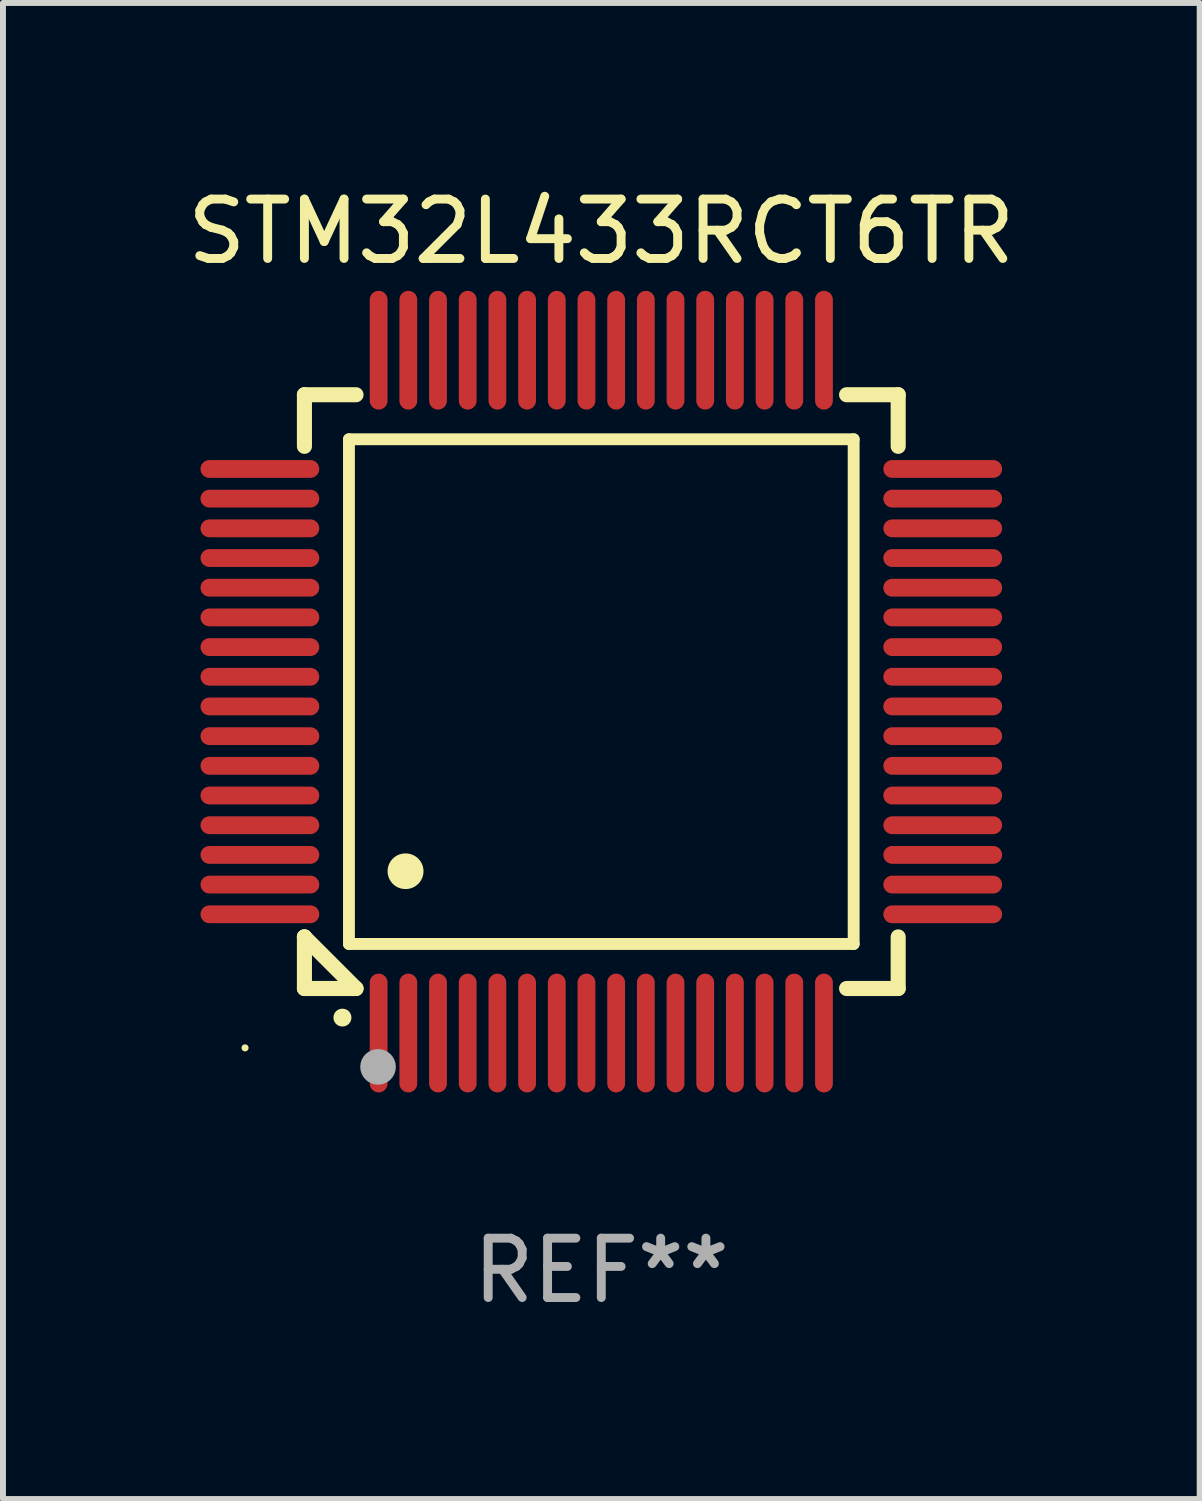
<source format=kicad_pcb>
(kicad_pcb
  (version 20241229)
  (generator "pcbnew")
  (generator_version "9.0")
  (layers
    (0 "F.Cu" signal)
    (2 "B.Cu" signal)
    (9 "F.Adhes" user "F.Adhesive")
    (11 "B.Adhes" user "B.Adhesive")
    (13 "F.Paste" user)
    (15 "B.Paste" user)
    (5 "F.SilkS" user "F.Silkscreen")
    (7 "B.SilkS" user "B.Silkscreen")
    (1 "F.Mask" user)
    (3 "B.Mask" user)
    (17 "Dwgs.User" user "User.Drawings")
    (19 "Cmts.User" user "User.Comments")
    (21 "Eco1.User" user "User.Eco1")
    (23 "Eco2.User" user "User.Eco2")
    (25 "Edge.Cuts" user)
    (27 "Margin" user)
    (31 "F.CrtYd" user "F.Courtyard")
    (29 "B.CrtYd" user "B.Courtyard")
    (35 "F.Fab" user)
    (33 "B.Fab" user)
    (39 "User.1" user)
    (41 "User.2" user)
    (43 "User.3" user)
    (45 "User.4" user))
  (footprint "STM32L433RCT6TR"
    (layer "F.Cu")
    (at 7.077 8.598)
    (property "Reference" "STM32L433RCT6TR" (at 0 -7.75 0) (layer "F.SilkS") (effects (font (size 1 1) (thickness 0.15))))
    (attr through_hole)
    (fp_line (start -5 -5) (end -4.131 -5) (stroke (width 0.254) (type solid)) (layer "F.SilkS"))
    (fp_line (start -5 -4.131) (end -5 -5) (stroke (width 0.254) (type solid)) (layer "F.SilkS"))
    (fp_line (start -5 4.131) (end -5 4.131) (stroke (width 0.254) (type solid)) (layer "F.SilkS"))
    (fp_line (start -5 5) (end -5 4.131) (stroke (width 0.254) (type solid)) (layer "F.SilkS"))
    (fp_line (start -5 4.131) (end -4.131 5) (stroke (width 0.254) (type solid)) (layer "F.SilkS"))
    (fp_line (start -4.25 -4.25) (end -4.25 4.25) (stroke (width 0.2) (type solid)) (layer "F.SilkS"))
    (fp_line (start -4.25 4.25) (end 4.25 4.25) (stroke (width 0.2) (type solid)) (layer "F.SilkS"))
    (fp_line (start -4.131 5) (end -5 5) (stroke (width 0.254) (type solid)) (layer "F.SilkS"))
    (fp_line (start 4.25 -4.25) (end -4.25 -4.25) (stroke (width 0.2) (type solid)) (layer "F.SilkS"))
    (fp_line (start 4.25 4.25) (end 4.25 -4.25) (stroke (width 0.2) (type solid)) (layer "F.SilkS"))
    (fp_line (start 5 -5) (end 4.131 -5) (stroke (width 0.254) (type solid)) (layer "F.SilkS"))
    (fp_line (start 5 -5) (end 5 -4.131) (stroke (width 0.254) (type solid)) (layer "F.SilkS"))
    (fp_line (start 5 4.131) (end 5 5) (stroke (width 0.254) (type solid)) (layer "F.SilkS"))
    (fp_line (start 5 5) (end 4.131 5) (stroke (width 0.254) (type solid)) (layer "F.SilkS"))
    (fp_arc (start -4.361265 5.489992) (mid -4.359995 5.489987) (end -4.358725 5.489992) (stroke (width 0.3) (type solid)) (layer "F.SilkS"))
    (fp_arc (start -3.299467 3.025146) (mid -3.296927 3.025135) (end -3.294387 3.025146) (stroke (width 0.6) (type solid)) (layer "F.SilkS"))
    (fp_circle (center -6 6) (end -5.97 6) (stroke (width 0.06) (type solid)) (fill no) (layer "F.SilkS"))
    (fp_circle (center -3.76 6.32) (end -3.61 6.32) (stroke (width 0.3) (type solid)) (fill no) (layer "F.Fab"))
    (fp_text user "REF**" (at 0 9.75 0) (layer "F.Fab") (effects (font (size 1 1) (thickness 0.15))))
    (pad "1" smd oval (at -3.75 5.75) (size 0.3 2) (layers "F.Cu" "F.Mask" "F.Paste"))
    (pad "2" smd oval (at -3.25 5.75) (size 0.3 2) (layers "F.Cu" "F.Mask" "F.Paste"))
    (pad "3" smd oval (at -2.75 5.75) (size 0.3 2) (layers "F.Cu" "F.Mask" "F.Paste"))
    (pad "4" smd oval (at -2.25 5.75) (size 0.3 2) (layers "F.Cu" "F.Mask" "F.Paste"))
    (pad "5" smd oval (at -1.75 5.75) (size 0.3 2) (layers "F.Cu" "F.Mask" "F.Paste"))
    (pad "6" smd oval (at -1.25 5.75) (size 0.3 2) (layers "F.Cu" "F.Mask" "F.Paste"))
    (pad "7" smd oval (at -0.75 5.75) (size 0.3 2) (layers "F.Cu" "F.Mask" "F.Paste"))
    (pad "8" smd oval (at -0.25 5.75) (size 0.3 2) (layers "F.Cu" "F.Mask" "F.Paste"))
    (pad "9" smd oval (at 0.25 5.75) (size 0.3 2) (layers "F.Cu" "F.Mask" "F.Paste"))
    (pad "10" smd oval (at 0.75 5.75) (size 0.3 2) (layers "F.Cu" "F.Mask" "F.Paste"))
    (pad "11" smd oval (at 1.25 5.75) (size 0.3 2) (layers "F.Cu" "F.Mask" "F.Paste"))
    (pad "12" smd oval (at 1.75 5.75) (size 0.3 2) (layers "F.Cu" "F.Mask" "F.Paste"))
    (pad "13" smd oval (at 2.25 5.75) (size 0.3 2) (layers "F.Cu" "F.Mask" "F.Paste"))
    (pad "14" smd oval (at 2.75 5.75) (size 0.3 2) (layers "F.Cu" "F.Mask" "F.Paste"))
    (pad "15" smd oval (at 3.25 5.75) (size 0.3 2) (layers "F.Cu" "F.Mask" "F.Paste"))
    (pad "16" smd oval (at 3.75 5.75) (size 0.3 2) (layers "F.Cu" "F.Mask" "F.Paste"))
    (pad "17" smd oval (at 5.75 3.75) (size 2 0.3) (layers "F.Cu" "F.Mask" "F.Paste"))
    (pad "18" smd oval (at 5.75 3.25) (size 2 0.3) (layers "F.Cu" "F.Mask" "F.Paste"))
    (pad "19" smd oval (at 5.75 2.75) (size 2 0.3) (layers "F.Cu" "F.Mask" "F.Paste"))
    (pad "20" smd oval (at 5.75 2.25) (size 2 0.3) (layers "F.Cu" "F.Mask" "F.Paste"))
    (pad "21" smd oval (at 5.75 1.75) (size 2 0.3) (layers "F.Cu" "F.Mask" "F.Paste"))
    (pad "22" smd oval (at 5.75 1.25) (size 2 0.3) (layers "F.Cu" "F.Mask" "F.Paste"))
    (pad "23" smd oval (at 5.75 0.75) (size 2 0.3) (layers "F.Cu" "F.Mask" "F.Paste"))
    (pad "24" smd oval (at 5.75 0.25) (size 2 0.3) (layers "F.Cu" "F.Mask" "F.Paste"))
    (pad "25" smd oval (at 5.75 -0.25) (size 2 0.3) (layers "F.Cu" "F.Mask" "F.Paste"))
    (pad "26" smd oval (at 5.75 -0.75) (size 2 0.3) (layers "F.Cu" "F.Mask" "F.Paste"))
    (pad "27" smd oval (at 5.75 -1.25) (size 2 0.3) (layers "F.Cu" "F.Mask" "F.Paste"))
    (pad "28" smd oval (at 5.75 -1.75) (size 2 0.3) (layers "F.Cu" "F.Mask" "F.Paste"))
    (pad "29" smd oval (at 5.75 -2.25) (size 2 0.3) (layers "F.Cu" "F.Mask" "F.Paste"))
    (pad "30" smd oval (at 5.75 -2.75) (size 2 0.3) (layers "F.Cu" "F.Mask" "F.Paste"))
    (pad "31" smd oval (at 5.75 -3.25) (size 2 0.3) (layers "F.Cu" "F.Mask" "F.Paste"))
    (pad "32" smd oval (at 5.75 -3.75) (size 2 0.3) (layers "F.Cu" "F.Mask" "F.Paste"))
    (pad "33" smd oval (at 3.75 -5.75) (size 0.3 2) (layers "F.Cu" "F.Mask" "F.Paste"))
    (pad "34" smd oval (at 3.25 -5.75) (size 0.3 2) (layers "F.Cu" "F.Mask" "F.Paste"))
    (pad "35" smd oval (at 2.75 -5.75) (size 0.3 2) (layers "F.Cu" "F.Mask" "F.Paste"))
    (pad "36" smd oval (at 2.25 -5.75) (size 0.3 2) (layers "F.Cu" "F.Mask" "F.Paste"))
    (pad "37" smd oval (at 1.75 -5.75) (size 0.3 2) (layers "F.Cu" "F.Mask" "F.Paste"))
    (pad "38" smd oval (at 1.25 -5.75) (size 0.3 2) (layers "F.Cu" "F.Mask" "F.Paste"))
    (pad "39" smd oval (at 0.75 -5.75) (size 0.3 2) (layers "F.Cu" "F.Mask" "F.Paste"))
    (pad "40" smd oval (at 0.25 -5.75) (size 0.3 2) (layers "F.Cu" "F.Mask" "F.Paste"))
    (pad "41" smd oval (at -0.25 -5.75) (size 0.3 2) (layers "F.Cu" "F.Mask" "F.Paste"))
    (pad "42" smd oval (at -0.75 -5.75) (size 0.3 2) (layers "F.Cu" "F.Mask" "F.Paste"))
    (pad "43" smd oval (at -1.25 -5.75) (size 0.3 2) (layers "F.Cu" "F.Mask" "F.Paste"))
    (pad "44" smd oval (at -1.75 -5.75) (size 0.3 2) (layers "F.Cu" "F.Mask" "F.Paste"))
    (pad "45" smd oval (at -2.25 -5.75) (size 0.3 2) (layers "F.Cu" "F.Mask" "F.Paste"))
    (pad "46" smd oval (at -2.75 -5.75) (size 0.3 2) (layers "F.Cu" "F.Mask" "F.Paste"))
    (pad "47" smd oval (at -3.25 -5.75) (size 0.3 2) (layers "F.Cu" "F.Mask" "F.Paste"))
    (pad "48" smd oval (at -3.75 -5.75) (size 0.3 2) (layers "F.Cu" "F.Mask" "F.Paste"))
    (pad "49" smd oval (at -5.75 -3.75) (size 2 0.3) (layers "F.Cu" "F.Mask" "F.Paste"))
    (pad "50" smd oval (at -5.75 -3.25) (size 2 0.3) (layers "F.Cu" "F.Mask" "F.Paste"))
    (pad "51" smd oval (at -5.75 -2.75) (size 2 0.3) (layers "F.Cu" "F.Mask" "F.Paste"))
    (pad "52" smd oval (at -5.75 -2.25) (size 2 0.3) (layers "F.Cu" "F.Mask" "F.Paste"))
    (pad "53" smd oval (at -5.75 -1.75) (size 2 0.3) (layers "F.Cu" "F.Mask" "F.Paste"))
    (pad "54" smd oval (at -5.75 -1.25) (size 2 0.3) (layers "F.Cu" "F.Mask" "F.Paste"))
    (pad "55" smd oval (at -5.75 -0.75) (size 2 0.3) (layers "F.Cu" "F.Mask" "F.Paste"))
    (pad "56" smd oval (at -5.75 -0.25) (size 2 0.3) (layers "F.Cu" "F.Mask" "F.Paste"))
    (pad "57" smd oval (at -5.75 0.25) (size 2 0.3) (layers "F.Cu" "F.Mask" "F.Paste"))
    (pad "58" smd oval (at -5.75 0.75) (size 2 0.3) (layers "F.Cu" "F.Mask" "F.Paste"))
    (pad "59" smd oval (at -5.75 1.25) (size 2 0.3) (layers "F.Cu" "F.Mask" "F.Paste"))
    (pad "60" smd oval (at -5.75 1.75) (size 2 0.3) (layers "F.Cu" "F.Mask" "F.Paste"))
    (pad "61" smd oval (at -5.75 2.25) (size 2 0.3) (layers "F.Cu" "F.Mask" "F.Paste"))
    (pad "62" smd oval (at -5.75 2.75) (size 2 0.3) (layers "F.Cu" "F.Mask" "F.Paste"))
    (pad "63" smd oval (at -5.75 3.25) (size 2 0.3) (layers "F.Cu" "F.Mask" "F.Paste"))
    (pad "64" smd oval (at -5.75 3.75) (size 2 0.3) (layers "F.Cu" "F.Mask" "F.Paste")))
  (gr_rect
    (start -3 -3)
    (end 17.155 22.196)
    (stroke (width 0.1) (type default))
    (fill no)
    (layer "Edge.Cuts")))
</source>
